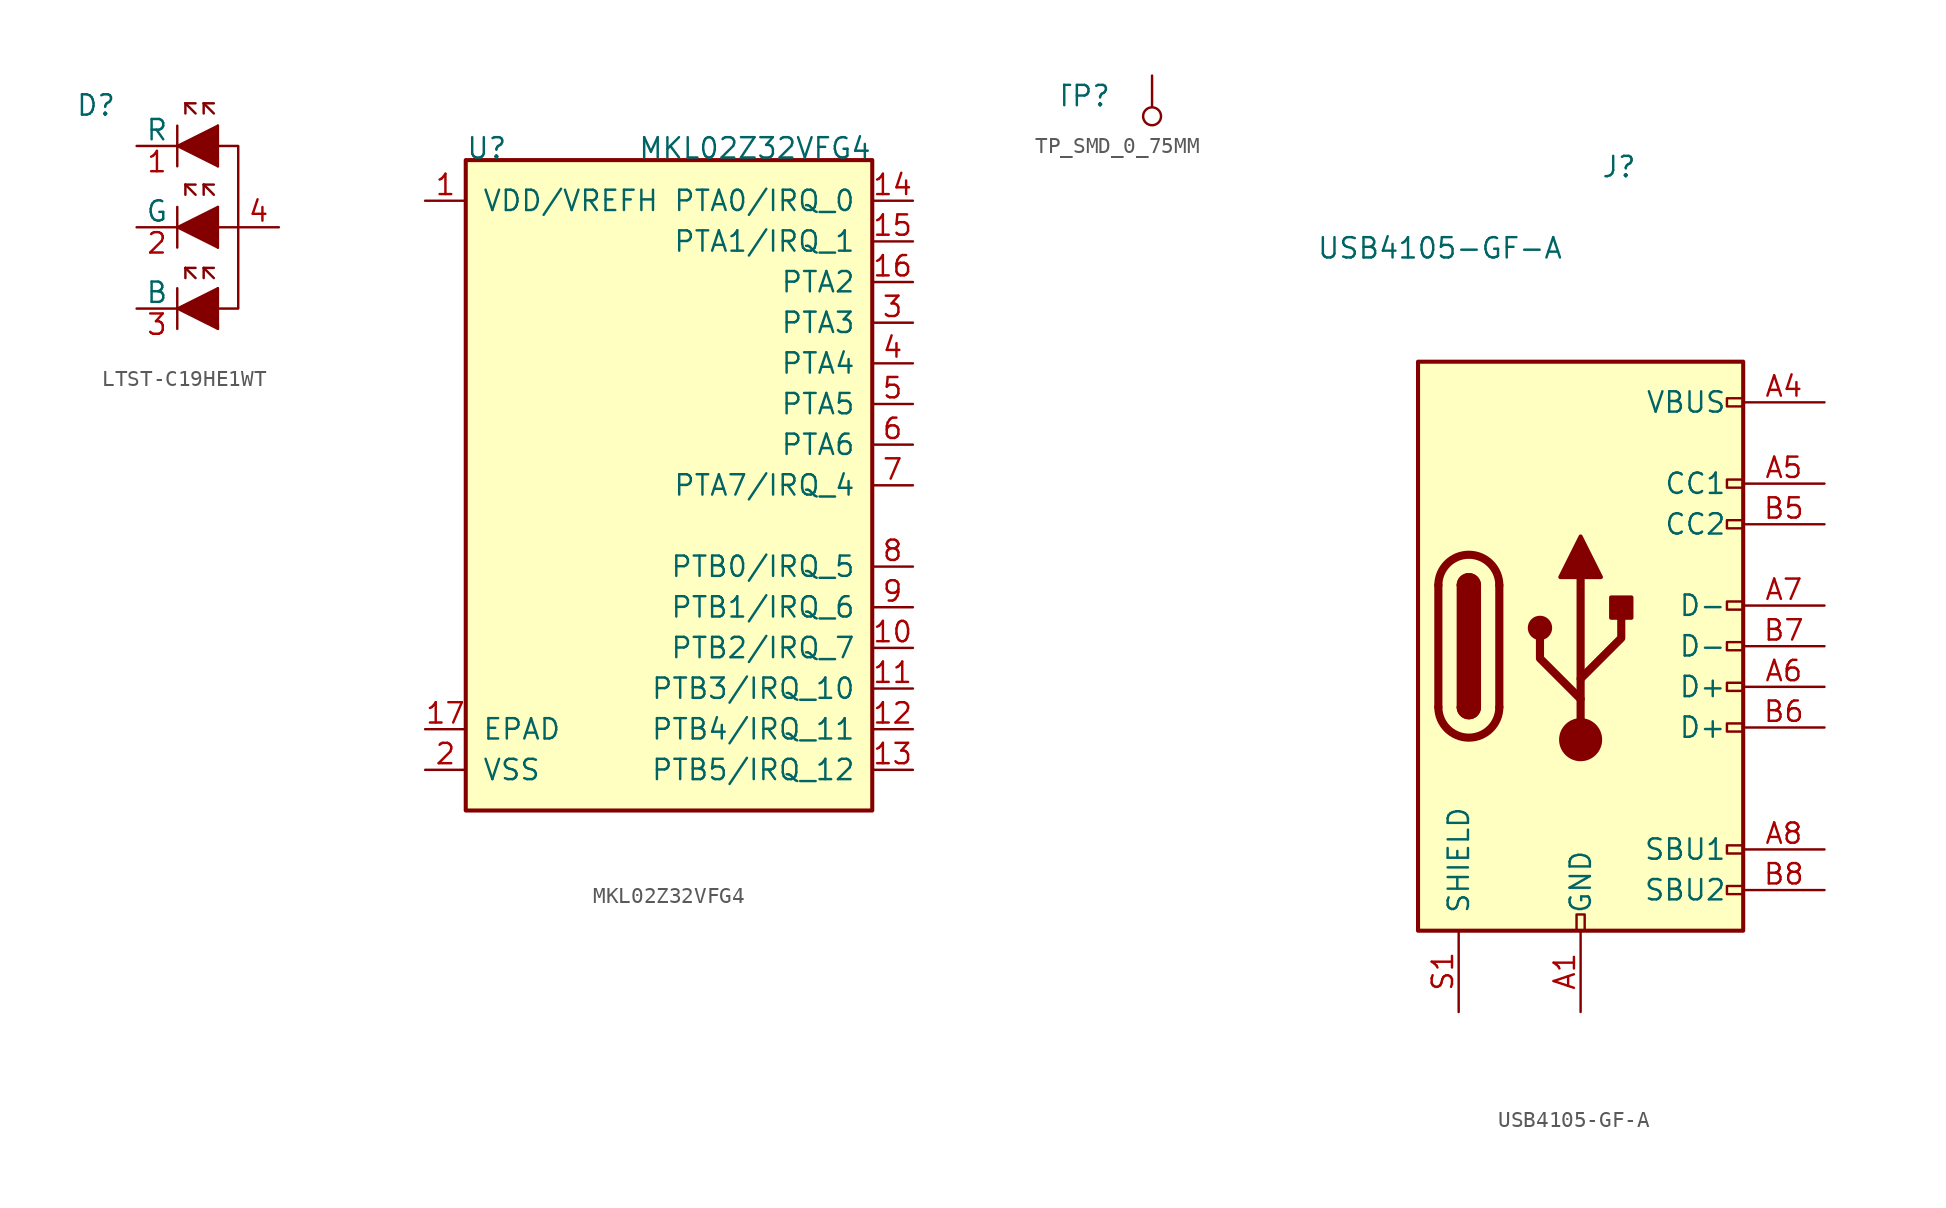
<source format=kicad_sym>
(kicad_symbol_lib
  (version 20211014)
  (generator kicad_symbol_editor)
  (symbol "LTST-C19HE1WT"
    (pin_names
      (offset 0))
    (property "Reference" "D"
      (at -7.62 7.62 0)
      (effects (font (size 1.27 1.27))))
    (symbol "LTST-C19HE1WT_0_1"
      (polyline (pts (xy -2.54 -6.35) (xy -2.54 -3.81)) (stroke (width 0) (type default) (color 0 0 0 0)) (fill (type none)))
      (polyline (pts (xy -2.54 -1.27) (xy -2.54 1.27)) (stroke (width 0) (type default) (color 0 0 0 0)) (fill (type none)))
      (polyline (pts (xy -2.54 3.81) (xy -2.54 6.35)) (stroke (width 0) (type default) (color 0 0 0 0)) (fill (type none)))
      (polyline (pts (xy 0 -3.81) (xy 0 -6.35)) (stroke (width 0) (type default) (color 0 0 0 0)) (fill (type none)))
      (polyline (pts (xy 0 0) (xy 1.27 0)) (stroke (width 0) (type default) (color 0 0 0 0)) (fill (type none)))
      (polyline (pts (xy 0 1.27) (xy 0 -1.27)) (stroke (width 0) (type default) (color 0 0 0 0)) (fill (type none)))
      (polyline (pts (xy 0 6.35) (xy 0 3.81)) (stroke (width 0) (type default) (color 0 0 0 0)) (fill (type none)))
      (polyline (pts (xy 0 1.27) (xy -2.54 0) (xy 0 -1.27)) (stroke (width 0) (type default) (color 0 0 0 0)) (fill (type outline)))
      (polyline (pts (xy 0 6.35) (xy -2.54 5.08) (xy 0 3.81)) (stroke (width 0) (type default) (color 0 0 0 0)) (fill (type outline)))
      (polyline (pts (xy 0 -3.81) (xy -2.54 -5.08) (xy 0 -6.35) (xy 0 -6.096)) (stroke (width 0) (type default) (color 0 0 0 0)) (fill (type outline)))
      (polyline (pts (xy 0 5.08) (xy 1.27 5.08) (xy 1.27 -5.08) (xy 0 -5.08)) (stroke (width 0) (type default) (color 0 0 0 0)) (fill (type none))))
    (symbol "LTST-C19HE1WT_1_1"
      (polyline (pts (xy -2.032 -2.54) (xy -2.032 -3.175)) (stroke (width 0) (type default) (color 0 0 0 0)) (fill (type none)))
      (polyline (pts (xy -2.032 -2.54) (xy -1.397 -3.175)) (stroke (width 0) (type default) (color 0 0 0 0)) (fill (type none)))
      (polyline (pts (xy -2.032 -2.54) (xy -1.397 -2.54)) (stroke (width 0) (type default) (color 0 0 0 0)) (fill (type none)))
      (polyline (pts (xy -2.032 2.667) (xy -2.032 2.032)) (stroke (width 0) (type default) (color 0 0 0 0)) (fill (type none)))
      (polyline (pts (xy -2.032 2.667) (xy -1.397 2.032)) (stroke (width 0) (type default) (color 0 0 0 0)) (fill (type none)))
      (polyline (pts (xy -2.032 2.667) (xy -1.397 2.667)) (stroke (width 0) (type default) (color 0 0 0 0)) (fill (type none)))
      (polyline (pts (xy -2.032 7.747) (xy -2.032 7.112)) (stroke (width 0) (type default) (color 0 0 0 0)) (fill (type none)))
      (polyline (pts (xy -2.032 7.747) (xy -1.397 7.112)) (stroke (width 0) (type default) (color 0 0 0 0)) (fill (type none)))
      (polyline (pts (xy -2.032 7.747) (xy -1.397 7.747)) (stroke (width 0) (type default) (color 0 0 0 0)) (fill (type none)))
      (polyline (pts (xy -0.889 -2.54) (xy -0.889 -3.175)) (stroke (width 0) (type default) (color 0 0 0 0)) (fill (type none)))
      (polyline (pts (xy -0.889 -2.54) (xy -0.254 -3.175)) (stroke (width 0) (type default) (color 0 0 0 0)) (fill (type none)))
      (polyline (pts (xy -0.889 -2.54) (xy -0.254 -2.54)) (stroke (width 0) (type default) (color 0 0 0 0)) (fill (type none)))
      (polyline (pts (xy -0.889 2.667) (xy -0.889 2.032)) (stroke (width 0) (type default) (color 0 0 0 0)) (fill (type none)))
      (polyline (pts (xy -0.889 2.667) (xy -0.254 2.032)) (stroke (width 0) (type default) (color 0 0 0 0)) (fill (type none)))
      (polyline (pts (xy -0.889 2.667) (xy -0.254 2.667)) (stroke (width 0) (type default) (color 0 0 0 0)) (fill (type none)))
      (polyline (pts (xy -0.889 7.747) (xy -0.889 7.112)) (stroke (width 0) (type default) (color 0 0 0 0)) (fill (type none)))
      (polyline (pts (xy -0.889 7.747) (xy -0.254 7.112)) (stroke (width 0) (type default) (color 0 0 0 0)) (fill (type none)))
      (polyline (pts (xy -0.889 7.747) (xy -0.254 7.747)) (stroke (width 0) (type default) (color 0 0 0 0)) (fill (type none)))
      (pin passive line (at -5.08 5.08 0) (length 2.54) (name "R" (effects (font (size 1.27 1.27)))) (number "1" (effects (font (size 1.27 1.27)))))
      (pin passive line (at -5.08 0 0) (length 2.54) (name "G" (effects (font (size 1.27 1.27)))) (number "2" (effects (font (size 1.27 1.27)))))
      (pin passive line (at -5.08 -5.08 0) (length 2.54) (name "B" (effects (font (size 1.27 1.27)))) (number "3" (effects (font (size 1.27 1.27)))))
      (pin passive line (at 3.81 0 180) (length 2.54) (name "~" (effects (font (size 1.27 1.27)))) (number "4" (effects (font (size 1.27 1.27)))))))
  (symbol "MKL02Z32VFG4"
    (pin_names
      (offset 1.016))
    (property "Reference" "U"
      (at -12.7 20.32 0)
      (effects (font (size 1.27 1.27)) (justify left bottom)))
    (property "Value" "MKL02Z32VFG4"
      (at 12.7 20.32 0)
      (effects (font (size 1.27 1.27)) (justify right bottom)))
    (symbol "MKL02Z32VFG4_0_1"
      (rectangle (start -12.7 20.32) (end 12.7 -20.32) (stroke (width 0.254) (type default) (color 0 0 0 0)) (fill (type background))))
    (symbol "MKL02Z32VFG4_1_1"
      (pin power_in line (at -15.24 17.78 0) (length 2.54) (name "VDD/VREFH" (effects (font (size 1.27 1.27)))) (number "1" (effects (font (size 1.27 1.27)))))
      (pin bidirectional line (at 15.24 -10.16 180) (length 2.54) (name "PTB2/IRQ_7" (effects (font (size 1.27 1.27)))) (number "10" (effects (font (size 1.27 1.27)))))
      (pin bidirectional line (at 15.24 -12.7 180) (length 2.54) (name "PTB3/IRQ_10" (effects (font (size 1.27 1.27)))) (number "11" (effects (font (size 1.27 1.27)))))
      (pin bidirectional line (at 15.24 -15.24 180) (length 2.54) (name "PTB4/IRQ_11" (effects (font (size 1.27 1.27)))) (number "12" (effects (font (size 1.27 1.27)))))
      (pin bidirectional line (at 15.24 -17.78 180) (length 2.54) (name "PTB5/IRQ_12" (effects (font (size 1.27 1.27)))) (number "13" (effects (font (size 1.27 1.27)))))
      (pin bidirectional line (at 15.24 17.78 180) (length 2.54) (name "PTA0/IRQ_0" (effects (font (size 1.27 1.27)))) (number "14" (effects (font (size 1.27 1.27)))))
      (pin bidirectional line (at 15.24 15.24 180) (length 2.54) (name "PTA1/IRQ_1" (effects (font (size 1.27 1.27)))) (number "15" (effects (font (size 1.27 1.27)))))
      (pin bidirectional line (at 15.24 12.7 180) (length 2.54) (name "PTA2" (effects (font (size 1.27 1.27)))) (number "16" (effects (font (size 1.27 1.27)))))
      (pin power_in line (at -15.24 -15.24 0) (length 2.54) (name "EPAD" (effects (font (size 1.27 1.27)))) (number "17" (effects (font (size 1.27 1.27)))))
      (pin power_in line (at -15.24 -17.78 0) (length 2.54) (name "VSS" (effects (font (size 1.27 1.27)))) (number "2" (effects (font (size 1.27 1.27)))))
      (pin bidirectional line (at 15.24 10.16 180) (length 2.54) (name "PTA3" (effects (font (size 1.27 1.27)))) (number "3" (effects (font (size 1.27 1.27)))))
      (pin bidirectional line (at 15.24 7.62 180) (length 2.54) (name "PTA4" (effects (font (size 1.27 1.27)))) (number "4" (effects (font (size 1.27 1.27)))))
      (pin bidirectional line (at 15.24 5.08 180) (length 2.54) (name "PTA5" (effects (font (size 1.27 1.27)))) (number "5" (effects (font (size 1.27 1.27)))))
      (pin bidirectional line (at 15.24 2.54 180) (length 2.54) (name "PTA6" (effects (font (size 1.27 1.27)))) (number "6" (effects (font (size 1.27 1.27)))))
      (pin bidirectional line (at 15.24 0 180) (length 2.54) (name "PTA7/IRQ_4" (effects (font (size 1.27 1.27)))) (number "7" (effects (font (size 1.27 1.27)))))
      (pin bidirectional line (at 15.24 -5.08 180) (length 2.54) (name "PTB0/IRQ_5" (effects (font (size 1.27 1.27)))) (number "8" (effects (font (size 1.27 1.27)))))
      (pin bidirectional line (at 15.24 -7.62 180) (length 2.54) (name "PTB1/IRQ_6" (effects (font (size 1.27 1.27)))) (number "9" (effects (font (size 1.27 1.27)))))))
  (symbol "TP_SMD_0_75MM"
    (pin_numbers hide)
    (pin_names
      (offset 0))
    (property "Reference" "TP"
      (at -2.54 1.27 0)
      (effects (font (size 1.27 1.27)) (justify right)))
    (symbol "TP_SMD_0_75MM_0_1"
      (circle (center 0 0) (radius 0.559) (stroke (width 0) (type default) (color 0 0 0 0)) (fill (type none))))
    (symbol "TP_SMD_0_75MM_1_1"
      (pin passive line (at 0 2.54 270) (length 1.905) (name "~" (effects (font (size 1.27 1.27)))) (number "1" (effects (font (size 1.27 1.27)))))))
  (symbol "USB4105-GF-A"
    (pin_names
      (offset 1.016))
    (property "Reference" "J"
      (at 1.27 29.21 0)
      (effects (font (size 1.27 1.27)) (justify left bottom)))
    (property "Value" "USB4105-GF-A"
      (at -16.51 24.13 0)
      (effects (font (size 1.27 1.27)) (justify left bottom)))
    (symbol "USB4105-GF-A_1_1"
      (rectangle (start -10.16 17.78) (end 10.16 -17.78) (stroke (width 0.254) (type default) (color 0 0 0 0)) (fill (type background)))
      (arc (start -8.89 -3.81) (mid -6.985 -5.715) (end -5.08 -3.81) (stroke (width 0.508) (type default) (color 0 0 0 0)) (fill (type none)))
      (arc (start -7.62 -3.81) (mid -6.985 -4.445) (end -6.35 -3.81) (stroke (width 0.254) (type default) (color 0 0 0 0)) (fill (type none)))
      (arc (start -7.62 -3.81) (mid -6.985 -4.445) (end -6.35 -3.81) (stroke (width 0.254) (type default) (color 0 0 0 0)) (fill (type outline)))
      (rectangle (start -7.62 -3.81) (end -6.35 3.81) (stroke (width 0.254) (type default) (color 0 0 0 0)) (fill (type outline)))
      (arc (start -6.35 3.81) (mid -6.985 4.445) (end -7.62 3.81) (stroke (width 0.254) (type default) (color 0 0 0 0)) (fill (type none)))
      (arc (start -6.35 3.81) (mid -6.985 4.445) (end -7.62 3.81) (stroke (width 0.254) (type default) (color 0 0 0 0)) (fill (type outline)))
      (arc (start -5.08 3.81) (mid -6.985 5.715) (end -8.89 3.81) (stroke (width 0.508) (type default) (color 0 0 0 0)) (fill (type none)))
      (circle (center -2.54 1.143) (radius 0.635) (stroke (width 0.254) (type default) (color 0 0 0 0)) (fill (type outline)))
      (rectangle (start -0.254 -17.78) (end 0.254 -16.764) (stroke (width 0) (type default) (color 0 0 0 0)) (fill (type none)))
      (circle (center 0 -5.842) (radius 1.27) (stroke (width 0) (type default) (color 0 0 0 0)) (fill (type outline)))
      (polyline (pts (xy -8.89 -3.81) (xy -8.89 3.81)) (stroke (width 0.508) (type default) (color 0 0 0 0)) (fill (type none)))
      (polyline (pts (xy -5.08 3.81) (xy -5.08 -3.81)) (stroke (width 0.508) (type default) (color 0 0 0 0)) (fill (type none)))
      (polyline (pts (xy 0 -5.842) (xy 0 4.318)) (stroke (width 0.508) (type default) (color 0 0 0 0)) (fill (type none)))
      (polyline (pts (xy 0 -3.302) (xy -2.54 -0.762) (xy -2.54 0.508)) (stroke (width 0.508) (type default) (color 0 0 0 0)) (fill (type none)))
      (polyline (pts (xy 0 -2.032) (xy 2.54 0.508) (xy 2.54 1.778)) (stroke (width 0.508) (type default) (color 0 0 0 0)) (fill (type none)))
      (polyline (pts (xy -1.27 4.318) (xy 0 6.858) (xy 1.27 4.318) (xy -1.27 4.318)) (stroke (width 0.254) (type default) (color 0 0 0 0)) (fill (type outline)))
      (rectangle (start 1.905 1.778) (end 3.175 3.048) (stroke (width 0.254) (type default) (color 0 0 0 0)) (fill (type outline)))
      (rectangle (start 10.16 -14.986) (end 9.144 -15.494) (stroke (width 0) (type default) (color 0 0 0 0)) (fill (type none)))
      (rectangle (start 10.16 -12.446) (end 9.144 -12.954) (stroke (width 0) (type default) (color 0 0 0 0)) (fill (type none)))
      (rectangle (start 10.16 -4.826) (end 9.144 -5.334) (stroke (width 0) (type default) (color 0 0 0 0)) (fill (type none)))
      (rectangle (start 10.16 -2.286) (end 9.144 -2.794) (stroke (width 0) (type default) (color 0 0 0 0)) (fill (type none)))
      (rectangle (start 10.16 0.254) (end 9.144 -0.254) (stroke (width 0) (type default) (color 0 0 0 0)) (fill (type none)))
      (rectangle (start 10.16 2.794) (end 9.144 2.286) (stroke (width 0) (type default) (color 0 0 0 0)) (fill (type none)))
      (rectangle (start 10.16 7.874) (end 9.144 7.366) (stroke (width 0) (type default) (color 0 0 0 0)) (fill (type none)))
      (rectangle (start 10.16 10.414) (end 9.144 9.906) (stroke (width 0) (type default) (color 0 0 0 0)) (fill (type none)))
      (rectangle (start 10.16 15.494) (end 9.144 14.986) (stroke (width 0) (type default) (color 0 0 0 0)) (fill (type none)))
      (pin passive line (at 0 -22.86 90) (length 5.08) (name "GND" (effects (font (size 1.27 1.27)))) (number "A1" (effects (font (size 1.27 1.27)))))
      (pin passive line (at 0 -22.86 90) (length 5.08) hide (name "GND" (effects (font (size 1.27 1.27)))) (number "A12" (effects (font (size 1.27 1.27)))))
      (pin passive line (at 15.24 15.24 180) (length 5.08) (name "VBUS" (effects (font (size 1.27 1.27)))) (number "A4" (effects (font (size 1.27 1.27)))))
      (pin bidirectional line (at 15.24 10.16 180) (length 5.08) (name "CC1" (effects (font (size 1.27 1.27)))) (number "A5" (effects (font (size 1.27 1.27)))))
      (pin bidirectional line (at 15.24 -2.54 180) (length 5.08) (name "D+" (effects (font (size 1.27 1.27)))) (number "A6" (effects (font (size 1.27 1.27)))))
      (pin bidirectional line (at 15.24 2.54 180) (length 5.08) (name "D-" (effects (font (size 1.27 1.27)))) (number "A7" (effects (font (size 1.27 1.27)))))
      (pin bidirectional line (at 15.24 -12.7 180) (length 5.08) (name "SBU1" (effects (font (size 1.27 1.27)))) (number "A8" (effects (font (size 1.27 1.27)))))
      (pin passive line (at 15.24 15.24 180) (length 5.08) hide (name "VBUS" (effects (font (size 1.27 1.27)))) (number "A9" (effects (font (size 1.27 1.27)))))
      (pin passive line (at 0 -22.86 90) (length 5.08) hide (name "GND" (effects (font (size 1.27 1.27)))) (number "B1" (effects (font (size 1.27 1.27)))))
      (pin passive line (at 0 -22.86 90) (length 5.08) hide (name "GND" (effects (font (size 1.27 1.27)))) (number "B12" (effects (font (size 1.27 1.27)))))
      (pin passive line (at 15.24 15.24 180) (length 5.08) hide (name "VBUS" (effects (font (size 1.27 1.27)))) (number "B4" (effects (font (size 1.27 1.27)))))
      (pin bidirectional line (at 15.24 7.62 180) (length 5.08) (name "CC2" (effects (font (size 1.27 1.27)))) (number "B5" (effects (font (size 1.27 1.27)))))
      (pin bidirectional line (at 15.24 -5.08 180) (length 5.08) (name "D+" (effects (font (size 1.27 1.27)))) (number "B6" (effects (font (size 1.27 1.27)))))
      (pin bidirectional line (at 15.24 0 180) (length 5.08) (name "D-" (effects (font (size 1.27 1.27)))) (number "B7" (effects (font (size 1.27 1.27)))))
      (pin bidirectional line (at 15.24 -15.24 180) (length 5.08) (name "SBU2" (effects (font (size 1.27 1.27)))) (number "B8" (effects (font (size 1.27 1.27)))))
      (pin passive line (at 15.24 15.24 180) (length 5.08) hide (name "VBUS" (effects (font (size 1.27 1.27)))) (number "B9" (effects (font (size 1.27 1.27)))))
      (pin passive line (at -7.62 -22.86 90) (length 5.08) (name "SHIELD" (effects (font (size 1.27 1.27)))) (number "S1" (effects (font (size 1.27 1.27))))))))
</source>
